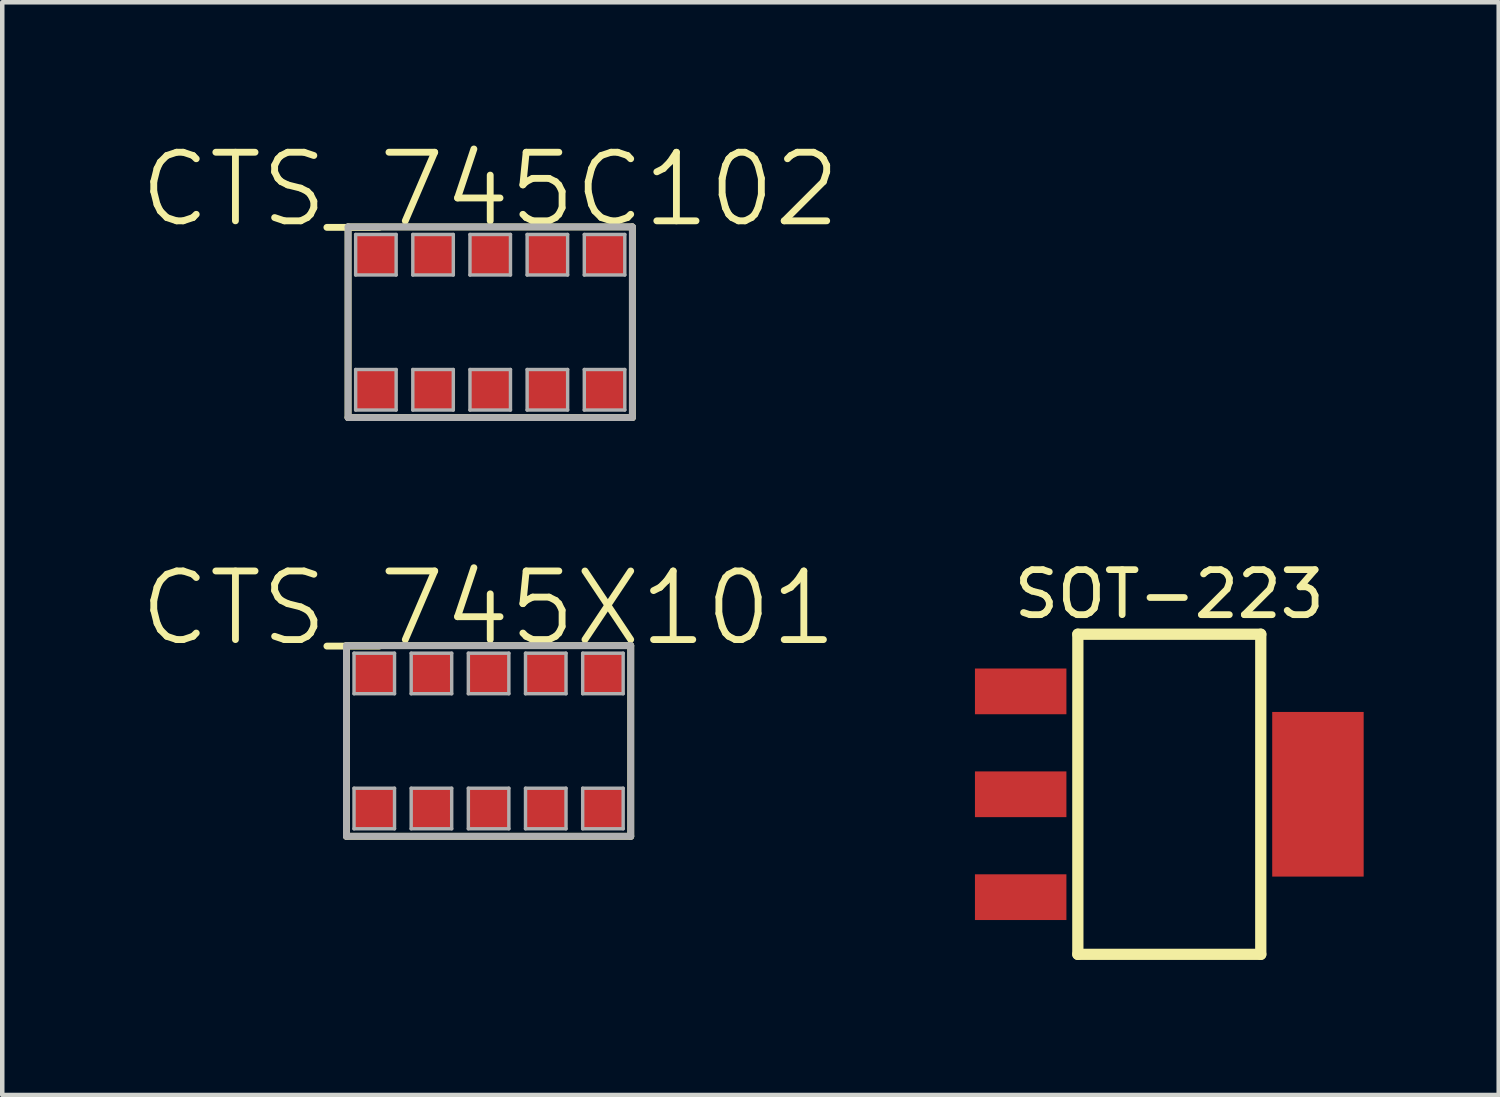
<source format=kicad_pcb>
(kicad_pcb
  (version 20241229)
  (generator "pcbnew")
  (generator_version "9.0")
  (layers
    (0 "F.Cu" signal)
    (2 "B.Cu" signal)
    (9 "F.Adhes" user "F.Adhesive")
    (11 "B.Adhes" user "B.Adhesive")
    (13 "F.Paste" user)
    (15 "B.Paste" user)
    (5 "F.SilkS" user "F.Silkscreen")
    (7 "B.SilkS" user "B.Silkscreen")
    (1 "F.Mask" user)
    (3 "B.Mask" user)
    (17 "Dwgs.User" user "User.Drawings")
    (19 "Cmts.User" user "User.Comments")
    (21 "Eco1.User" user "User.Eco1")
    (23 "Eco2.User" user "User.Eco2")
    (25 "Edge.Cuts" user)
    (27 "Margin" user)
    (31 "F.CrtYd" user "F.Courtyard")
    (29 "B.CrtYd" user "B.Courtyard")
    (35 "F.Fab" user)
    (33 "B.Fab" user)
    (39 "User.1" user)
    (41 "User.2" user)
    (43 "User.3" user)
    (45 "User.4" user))
  (footprint "SOT-223"
    (layer "F.Cu")
    (at 22.928 14.596)
    (property "Reference" "SOT-223" (at 0 -4.445 0) (layer "F.SilkS") (effects (font (size 1 1) (thickness 0.15))))
    (attr smd)
    (fp_line (start -2.032 3.556) (end -2.032 -3.556) (stroke (width 0.25) (type solid)) (layer "F.SilkS"))
    (fp_line (start 2.032 -3.556) (end -2.032 -3.556) (stroke (width 0.25) (type solid)) (layer "F.SilkS"))
    (fp_line (start 2.032 -3.556) (end 2.032 3.556) (stroke (width 0.25) (type solid)) (layer "F.SilkS"))
    (fp_line (start 2.032 3.556) (end -2.032 3.556) (stroke (width 0.25) (type solid)) (layer "F.SilkS"))
    (pad "1" smd rect (at -3.302 -2.286 270) (size 1.016 2.032) (layers "F.Cu" "F.Mask" "F.Paste"))
    (pad "2" smd rect (at -3.302 0 270) (size 1.016 2.032) (layers "F.Cu" "F.Mask" "F.Paste"))
    (pad "3" smd rect (at -3.302 2.286 270) (size 1.016 2.032) (layers "F.Cu" "F.Mask" "F.Paste"))
    (pad "4" smd rect (at 3.302 0 270) (size 3.658 2.032) (layers "F.Cu" "F.Mask" "F.Paste")))
  (footprint "CTS_745X101"
    (layer "F.Cu")
    (at 7.805 13.412)
    (property "Reference" "CTS_745X101" (at 0 -2.95 0) (layer "F.SilkS") (effects (font (size 1.524 1.524) (thickness 0.152))))
    (attr smd)
    (fp_line (start -3.158 -2.118) (end -3.158 2.118) (stroke (width 0.152) (type solid)) (layer "F.SilkS"))
    (fp_line (start -3.158 -2.118) (end 3.158 -2.118) (stroke (width 0.152) (type solid)) (layer "F.SilkS"))
    (fp_line (start 3.158 2.118) (end -3.158 2.118) (stroke (width 0.152) (type solid)) (layer "F.SilkS"))
    (fp_line (start 3.158 2.118) (end 3.158 -2.118) (stroke (width 0.152) (type solid)) (layer "F.SilkS"))
    (fp_line (start -3.158 -2.118) (end -3.158 2.118) (stroke (width 0.152) (type solid)) (layer "F.Fab"))
    (fp_line (start -3.158 -2.118) (end 3.158 -2.118) (stroke (width 0.152) (type solid)) (layer "F.Fab"))
    (fp_line (start -2.99 -1.95) (end -2.09 -1.95) (stroke (width 0.076) (type solid)) (layer "F.Fab"))
    (fp_line (start -2.99 -1.05) (end -2.99 -1.95) (stroke (width 0.076) (type solid)) (layer "F.Fab"))
    (fp_line (start -2.99 -1.05) (end -2.09 -1.05) (stroke (width 0.076) (type solid)) (layer "F.Fab"))
    (fp_line (start -2.99 1.05) (end -2.09 1.05) (stroke (width 0.076) (type solid)) (layer "F.Fab"))
    (fp_line (start -2.99 1.95) (end -2.99 1.05) (stroke (width 0.076) (type solid)) (layer "F.Fab"))
    (fp_line (start -2.99 1.95) (end -2.09 1.95) (stroke (width 0.076) (type solid)) (layer "F.Fab"))
    (fp_line (start -2.09 -1.05) (end -2.09 -1.95) (stroke (width 0.076) (type solid)) (layer "F.Fab"))
    (fp_line (start -2.09 1.95) (end -2.09 1.05) (stroke (width 0.076) (type solid)) (layer "F.Fab"))
    (fp_line (start -1.72 -1.95) (end -0.82 -1.95) (stroke (width 0.076) (type solid)) (layer "F.Fab"))
    (fp_line (start -1.72 -1.05) (end -1.72 -1.95) (stroke (width 0.076) (type solid)) (layer "F.Fab"))
    (fp_line (start -1.72 -1.05) (end -0.82 -1.05) (stroke (width 0.076) (type solid)) (layer "F.Fab"))
    (fp_line (start -1.72 1.05) (end -0.82 1.05) (stroke (width 0.076) (type solid)) (layer "F.Fab"))
    (fp_line (start -1.72 1.95) (end -1.72 1.05) (stroke (width 0.076) (type solid)) (layer "F.Fab"))
    (fp_line (start -1.72 1.95) (end -0.82 1.95) (stroke (width 0.076) (type solid)) (layer "F.Fab"))
    (fp_line (start -0.82 -1.05) (end -0.82 -1.95) (stroke (width 0.076) (type solid)) (layer "F.Fab"))
    (fp_line (start -0.82 1.95) (end -0.82 1.05) (stroke (width 0.076) (type solid)) (layer "F.Fab"))
    (fp_line (start -0.45 -1.95) (end 0.45 -1.95) (stroke (width 0.076) (type solid)) (layer "F.Fab"))
    (fp_line (start -0.45 -1.05) (end -0.45 -1.95) (stroke (width 0.076) (type solid)) (layer "F.Fab"))
    (fp_line (start -0.45 -1.05) (end 0.45 -1.05) (stroke (width 0.076) (type solid)) (layer "F.Fab"))
    (fp_line (start -0.45 1.05) (end 0.45 1.05) (stroke (width 0.076) (type solid)) (layer "F.Fab"))
    (fp_line (start -0.45 1.95) (end -0.45 1.05) (stroke (width 0.076) (type solid)) (layer "F.Fab"))
    (fp_line (start -0.45 1.95) (end 0.45 1.95) (stroke (width 0.076) (type solid)) (layer "F.Fab"))
    (fp_line (start 0.45 -1.05) (end 0.45 -1.95) (stroke (width 0.076) (type solid)) (layer "F.Fab"))
    (fp_line (start 0.45 1.95) (end 0.45 1.05) (stroke (width 0.076) (type solid)) (layer "F.Fab"))
    (fp_line (start 0.82 -1.95) (end 1.72 -1.95) (stroke (width 0.076) (type solid)) (layer "F.Fab"))
    (fp_line (start 0.82 -1.05) (end 0.82 -1.95) (stroke (width 0.076) (type solid)) (layer "F.Fab"))
    (fp_line (start 0.82 -1.05) (end 1.72 -1.05) (stroke (width 0.076) (type solid)) (layer "F.Fab"))
    (fp_line (start 0.82 1.05) (end 1.72 1.05) (stroke (width 0.076) (type solid)) (layer "F.Fab"))
    (fp_line (start 0.82 1.95) (end 0.82 1.05) (stroke (width 0.076) (type solid)) (layer "F.Fab"))
    (fp_line (start 0.82 1.95) (end 1.72 1.95) (stroke (width 0.076) (type solid)) (layer "F.Fab"))
    (fp_line (start 1.72 -1.05) (end 1.72 -1.95) (stroke (width 0.076) (type solid)) (layer "F.Fab"))
    (fp_line (start 1.72 1.95) (end 1.72 1.05) (stroke (width 0.076) (type solid)) (layer "F.Fab"))
    (fp_line (start 2.09 -1.95) (end 2.99 -1.95) (stroke (width 0.076) (type solid)) (layer "F.Fab"))
    (fp_line (start 2.09 -1.05) (end 2.09 -1.95) (stroke (width 0.076) (type solid)) (layer "F.Fab"))
    (fp_line (start 2.09 -1.05) (end 2.99 -1.05) (stroke (width 0.076) (type solid)) (layer "F.Fab"))
    (fp_line (start 2.09 1.05) (end 2.99 1.05) (stroke (width 0.076) (type solid)) (layer "F.Fab"))
    (fp_line (start 2.09 1.95) (end 2.09 1.05) (stroke (width 0.076) (type solid)) (layer "F.Fab"))
    (fp_line (start 2.09 1.95) (end 2.99 1.95) (stroke (width 0.076) (type solid)) (layer "F.Fab"))
    (fp_line (start 2.99 -1.05) (end 2.99 -1.95) (stroke (width 0.076) (type solid)) (layer "F.Fab"))
    (fp_line (start 2.99 1.95) (end 2.99 1.05) (stroke (width 0.076) (type solid)) (layer "F.Fab"))
    (fp_line (start 3.158 2.118) (end -3.158 2.118) (stroke (width 0.152) (type solid)) (layer "F.Fab"))
    (fp_line (start 3.158 2.118) (end 3.158 -2.118) (stroke (width 0.152) (type solid)) (layer "F.Fab"))
    (pad "1" smd rect (at -2.54 1.5) (size 0.9 0.9) (layers "F.Cu" "F.Mask" "F.Paste"))
    (pad "2" smd rect (at -1.27 1.5) (size 0.9 0.9) (layers "F.Cu" "F.Mask" "F.Paste"))
    (pad "3" smd rect (at 0 1.5) (size 0.9 0.9) (layers "F.Cu" "F.Mask" "F.Paste"))
    (pad "4" smd rect (at 1.27 1.5) (size 0.9 0.9) (layers "F.Cu" "F.Mask" "F.Paste"))
    (pad "5" smd rect (at 2.54 1.5) (size 0.9 0.9) (layers "F.Cu" "F.Mask" "F.Paste"))
    (pad "6" smd rect (at 2.54 -1.5) (size 0.9 0.9) (layers "F.Cu" "F.Mask" "F.Paste"))
    (pad "7" smd rect (at 1.27 -1.5) (size 0.9 0.9) (layers "F.Cu" "F.Mask" "F.Paste"))
    (pad "8" smd rect (at 0 -1.5) (size 0.9 0.9) (layers "F.Cu" "F.Mask" "F.Paste"))
    (pad "9" smd rect (at -1.27 -1.5) (size 0.9 0.9) (layers "F.Cu" "F.Mask" "F.Paste"))
    (pad "10" smd rect (at -2.54 -1.5) (size 0.9 0.9) (layers "F.Cu" "F.Mask" "F.Paste")))
  (footprint "CTS_745C102"
    (layer "F.Cu")
    (at 7.841 4.109)
    (property "Reference" "CTS_745C102" (at 0 -2.95 0) (layer "F.SilkS") (effects (font (size 1.524 1.524) (thickness 0.152))))
    (attr smd)
    (fp_line (start -3.158 -2.118) (end -3.158 2.118) (stroke (width 0.152) (type solid)) (layer "F.SilkS"))
    (fp_line (start -3.158 -2.118) (end 3.158 -2.118) (stroke (width 0.152) (type solid)) (layer "F.SilkS"))
    (fp_line (start 3.158 2.118) (end -3.158 2.118) (stroke (width 0.152) (type solid)) (layer "F.SilkS"))
    (fp_line (start 3.158 2.118) (end 3.158 -2.118) (stroke (width 0.152) (type solid)) (layer "F.SilkS"))
    (fp_line (start -3.158 -2.118) (end -3.158 2.118) (stroke (width 0.152) (type solid)) (layer "F.Fab"))
    (fp_line (start -3.158 -2.118) (end 3.158 -2.118) (stroke (width 0.152) (type solid)) (layer "F.Fab"))
    (fp_line (start -2.99 -1.95) (end -2.09 -1.95) (stroke (width 0.076) (type solid)) (layer "F.Fab"))
    (fp_line (start -2.99 -1.05) (end -2.99 -1.95) (stroke (width 0.076) (type solid)) (layer "F.Fab"))
    (fp_line (start -2.99 -1.05) (end -2.09 -1.05) (stroke (width 0.076) (type solid)) (layer "F.Fab"))
    (fp_line (start -2.99 1.05) (end -2.09 1.05) (stroke (width 0.076) (type solid)) (layer "F.Fab"))
    (fp_line (start -2.99 1.95) (end -2.99 1.05) (stroke (width 0.076) (type solid)) (layer "F.Fab"))
    (fp_line (start -2.99 1.95) (end -2.09 1.95) (stroke (width 0.076) (type solid)) (layer "F.Fab"))
    (fp_line (start -2.09 -1.05) (end -2.09 -1.95) (stroke (width 0.076) (type solid)) (layer "F.Fab"))
    (fp_line (start -2.09 1.95) (end -2.09 1.05) (stroke (width 0.076) (type solid)) (layer "F.Fab"))
    (fp_line (start -1.72 -1.95) (end -0.82 -1.95) (stroke (width 0.076) (type solid)) (layer "F.Fab"))
    (fp_line (start -1.72 -1.05) (end -1.72 -1.95) (stroke (width 0.076) (type solid)) (layer "F.Fab"))
    (fp_line (start -1.72 -1.05) (end -0.82 -1.05) (stroke (width 0.076) (type solid)) (layer "F.Fab"))
    (fp_line (start -1.72 1.05) (end -0.82 1.05) (stroke (width 0.076) (type solid)) (layer "F.Fab"))
    (fp_line (start -1.72 1.95) (end -1.72 1.05) (stroke (width 0.076) (type solid)) (layer "F.Fab"))
    (fp_line (start -1.72 1.95) (end -0.82 1.95) (stroke (width 0.076) (type solid)) (layer "F.Fab"))
    (fp_line (start -0.82 -1.05) (end -0.82 -1.95) (stroke (width 0.076) (type solid)) (layer "F.Fab"))
    (fp_line (start -0.82 1.95) (end -0.82 1.05) (stroke (width 0.076) (type solid)) (layer "F.Fab"))
    (fp_line (start -0.45 -1.95) (end 0.45 -1.95) (stroke (width 0.076) (type solid)) (layer "F.Fab"))
    (fp_line (start -0.45 -1.05) (end -0.45 -1.95) (stroke (width 0.076) (type solid)) (layer "F.Fab"))
    (fp_line (start -0.45 -1.05) (end 0.45 -1.05) (stroke (width 0.076) (type solid)) (layer "F.Fab"))
    (fp_line (start -0.45 1.05) (end 0.45 1.05) (stroke (width 0.076) (type solid)) (layer "F.Fab"))
    (fp_line (start -0.45 1.95) (end -0.45 1.05) (stroke (width 0.076) (type solid)) (layer "F.Fab"))
    (fp_line (start -0.45 1.95) (end 0.45 1.95) (stroke (width 0.076) (type solid)) (layer "F.Fab"))
    (fp_line (start 0.45 -1.05) (end 0.45 -1.95) (stroke (width 0.076) (type solid)) (layer "F.Fab"))
    (fp_line (start 0.45 1.95) (end 0.45 1.05) (stroke (width 0.076) (type solid)) (layer "F.Fab"))
    (fp_line (start 0.82 -1.95) (end 1.72 -1.95) (stroke (width 0.076) (type solid)) (layer "F.Fab"))
    (fp_line (start 0.82 -1.05) (end 0.82 -1.95) (stroke (width 0.076) (type solid)) (layer "F.Fab"))
    (fp_line (start 0.82 -1.05) (end 1.72 -1.05) (stroke (width 0.076) (type solid)) (layer "F.Fab"))
    (fp_line (start 0.82 1.05) (end 1.72 1.05) (stroke (width 0.076) (type solid)) (layer "F.Fab"))
    (fp_line (start 0.82 1.95) (end 0.82 1.05) (stroke (width 0.076) (type solid)) (layer "F.Fab"))
    (fp_line (start 0.82 1.95) (end 1.72 1.95) (stroke (width 0.076) (type solid)) (layer "F.Fab"))
    (fp_line (start 1.72 -1.05) (end 1.72 -1.95) (stroke (width 0.076) (type solid)) (layer "F.Fab"))
    (fp_line (start 1.72 1.95) (end 1.72 1.05) (stroke (width 0.076) (type solid)) (layer "F.Fab"))
    (fp_line (start 2.09 -1.95) (end 2.99 -1.95) (stroke (width 0.076) (type solid)) (layer "F.Fab"))
    (fp_line (start 2.09 -1.05) (end 2.09 -1.95) (stroke (width 0.076) (type solid)) (layer "F.Fab"))
    (fp_line (start 2.09 -1.05) (end 2.99 -1.05) (stroke (width 0.076) (type solid)) (layer "F.Fab"))
    (fp_line (start 2.09 1.05) (end 2.99 1.05) (stroke (width 0.076) (type solid)) (layer "F.Fab"))
    (fp_line (start 2.09 1.95) (end 2.09 1.05) (stroke (width 0.076) (type solid)) (layer "F.Fab"))
    (fp_line (start 2.09 1.95) (end 2.99 1.95) (stroke (width 0.076) (type solid)) (layer "F.Fab"))
    (fp_line (start 2.99 -1.05) (end 2.99 -1.95) (stroke (width 0.076) (type solid)) (layer "F.Fab"))
    (fp_line (start 2.99 1.95) (end 2.99 1.05) (stroke (width 0.076) (type solid)) (layer "F.Fab"))
    (fp_line (start 3.158 2.118) (end -3.158 2.118) (stroke (width 0.152) (type solid)) (layer "F.Fab"))
    (fp_line (start 3.158 2.118) (end 3.158 -2.118) (stroke (width 0.152) (type solid)) (layer "F.Fab"))
    (pad "1" smd rect (at -2.54 1.5) (size 0.9 0.9) (layers "F.Cu" "F.Mask" "F.Paste"))
    (pad "2" smd rect (at -1.27 1.5) (size 0.9 0.9) (layers "F.Cu" "F.Mask" "F.Paste"))
    (pad "3" smd rect (at 0 1.5) (size 0.9 0.9) (layers "F.Cu" "F.Mask" "F.Paste"))
    (pad "4" smd rect (at 1.27 1.5) (size 0.9 0.9) (layers "F.Cu" "F.Mask" "F.Paste"))
    (pad "5" smd rect (at 2.54 1.5) (size 0.9 0.9) (layers "F.Cu" "F.Mask" "F.Paste"))
    (pad "6" smd rect (at 2.54 -1.5) (size 0.9 0.9) (layers "F.Cu" "F.Mask" "F.Paste"))
    (pad "7" smd rect (at 1.27 -1.5) (size 0.9 0.9) (layers "F.Cu" "F.Mask" "F.Paste"))
    (pad "8" smd rect (at 0 -1.5) (size 0.9 0.9) (layers "F.Cu" "F.Mask" "F.Paste"))
    (pad "9" smd rect (at -1.27 -1.5) (size 0.9 0.9) (layers "F.Cu" "F.Mask" "F.Paste"))
    (pad "10" smd rect (at -2.54 -1.5) (size 0.9 0.9) (layers "F.Cu" "F.Mask" "F.Paste")))
  (gr_rect
    (start -3 -3)
    (end 30.246 21.277)
    (stroke (width 0.1) (type default))
    (fill no)
    (layer "Edge.Cuts")))
</source>
